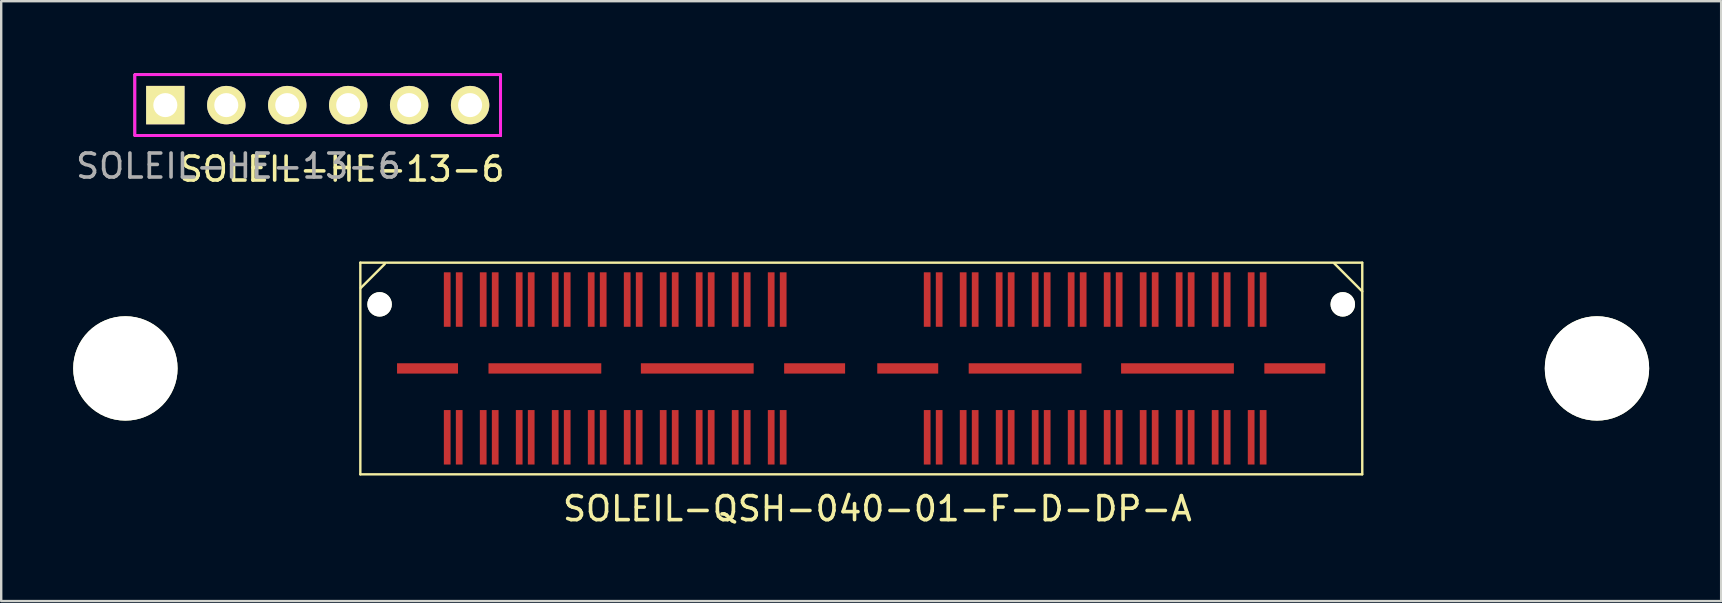
<source format=kicad_pcb>
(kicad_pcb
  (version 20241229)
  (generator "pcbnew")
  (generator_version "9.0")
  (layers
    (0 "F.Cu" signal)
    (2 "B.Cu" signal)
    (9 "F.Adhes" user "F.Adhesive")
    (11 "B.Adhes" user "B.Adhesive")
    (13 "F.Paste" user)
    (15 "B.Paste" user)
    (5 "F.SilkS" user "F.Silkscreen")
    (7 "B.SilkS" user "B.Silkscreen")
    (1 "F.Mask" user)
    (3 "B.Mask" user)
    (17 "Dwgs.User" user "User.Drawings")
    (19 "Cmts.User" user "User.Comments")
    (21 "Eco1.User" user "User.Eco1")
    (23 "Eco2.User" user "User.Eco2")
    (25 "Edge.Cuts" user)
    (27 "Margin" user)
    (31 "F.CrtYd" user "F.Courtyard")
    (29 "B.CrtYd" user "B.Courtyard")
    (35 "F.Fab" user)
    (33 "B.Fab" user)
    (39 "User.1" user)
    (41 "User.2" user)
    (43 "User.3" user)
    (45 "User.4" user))
  (footprint "SOLEIL-QSH-040-01-F-D-DP-A"
    (layer "F.Cu")
    (at 15.585 15.172)
    (property "Reference" "SOLEIL-QSH-040-01-F-D-DP-A" (at 17.925 2.975 0) (layer "F.SilkS") (effects (font (size 1 1) (thickness 0.15))))
    (attr through_hole)
    (fp_line (start -3.62 -7.277) (end 38.125 -7.277) (stroke (width 0.1) (type solid)) (layer "F.SilkS"))
    (fp_line (start -3.62 1.543) (end -3.62 -7.277) (stroke (width 0.1) (type solid)) (layer "F.SilkS"))
    (fp_line (start -3.62 1.543) (end 38.125 1.543) (stroke (width 0.1) (type solid)) (layer "F.SilkS"))
    (fp_line (start -3.6 -6.225) (end -2.6 -7.225) (stroke (width 0.1) (type solid)) (layer "F.SilkS"))
    (fp_line (start 36.96 -7.249) (end 38.128 -6.08) (stroke (width 0.1) (type solid)) (layer "F.SilkS"))
    (fp_line (start 38.13 1.543) (end 38.13 -7.277) (stroke (width 0.1) (type solid)) (layer "F.SilkS"))
    (pad "" np_thru_hole circle (at -13.41 -2.87) (size 4.35 4.35) (drill 4.35) (layers "*.Cu" "*.Mask" "F.SilkS"))
    (pad "" np_thru_hole circle (at -2.818 -5.54) (size 1.02 1.02) (drill 1.02) (layers "*.Cu" "*.Mask" "F.SilkS"))
    (pad "" np_thru_hole circle (at 37.318 -5.54) (size 1.02 1.02) (drill 1.02) (layers "*.Cu" "*.Mask" "F.SilkS"))
    (pad "" np_thru_hole circle (at 47.91 -2.87) (size 4.35 4.35) (drill 4.35) (layers "*.Cu" "*.Mask" "F.SilkS"))
    (pad "1" smd rect (at 0 0) (size 0.28 2.27) (layers "F.Cu" "F.Mask" "F.Paste"))
    (pad "2" smd rect (at 0 -5.74) (size 0.28 2.27) (layers "F.Cu" "F.Mask" "F.Paste"))
    (pad "3" smd rect (at 0.5 0) (size 0.28 2.27) (layers "F.Cu" "F.Mask" "F.Paste"))
    (pad "4" smd rect (at 0.5 -5.74) (size 0.28 2.27) (layers "F.Cu" "F.Mask" "F.Paste"))
    (pad "5" smd rect (at 1.5 0) (size 0.28 2.27) (layers "F.Cu" "F.Mask" "F.Paste"))
    (pad "6" smd rect (at 1.5 -5.74) (size 0.28 2.27) (layers "F.Cu" "F.Mask" "F.Paste"))
    (pad "7" smd rect (at 2 0) (size 0.28 2.27) (layers "F.Cu" "F.Mask" "F.Paste"))
    (pad "8" smd rect (at 2 -5.74) (size 0.28 2.27) (layers "F.Cu" "F.Mask" "F.Paste"))
    (pad "9" smd rect (at 3 0) (size 0.28 2.27) (layers "F.Cu" "F.Mask" "F.Paste"))
    (pad "10" smd rect (at 3 -5.74) (size 0.28 2.27) (layers "F.Cu" "F.Mask" "F.Paste"))
    (pad "11" smd rect (at 3.5 0) (size 0.28 2.27) (layers "F.Cu" "F.Mask" "F.Paste"))
    (pad "12" smd rect (at 3.5 -5.74) (size 0.28 2.27) (layers "F.Cu" "F.Mask" "F.Paste"))
    (pad "13" smd rect (at 4.5 0) (size 0.28 2.27) (layers "F.Cu" "F.Mask" "F.Paste"))
    (pad "14" smd rect (at 4.5 -5.74) (size 0.28 2.27) (layers "F.Cu" "F.Mask" "F.Paste"))
    (pad "15" smd rect (at 5 0) (size 0.28 2.27) (layers "F.Cu" "F.Mask" "F.Paste"))
    (pad "16" smd rect (at 5 -5.74) (size 0.28 2.27) (layers "F.Cu" "F.Mask" "F.Paste"))
    (pad "17" smd rect (at 6 0) (size 0.28 2.27) (layers "F.Cu" "F.Mask" "F.Paste"))
    (pad "18" smd rect (at 6 -5.74) (size 0.28 2.27) (layers "F.Cu" "F.Mask" "F.Paste"))
    (pad "19" smd rect (at 6.5 0) (size 0.28 2.27) (layers "F.Cu" "F.Mask" "F.Paste"))
    (pad "20" smd rect (at 6.5 -5.74) (size 0.28 2.27) (layers "F.Cu" "F.Mask" "F.Paste"))
    (pad "21" smd rect (at 7.5 0) (size 0.28 2.27) (layers "F.Cu" "F.Mask" "F.Paste"))
    (pad "22" smd rect (at 7.5 -5.74) (size 0.28 2.27) (layers "F.Cu" "F.Mask" "F.Paste"))
    (pad "23" smd rect (at 8 0) (size 0.28 2.27) (layers "F.Cu" "F.Mask" "F.Paste"))
    (pad "24" smd rect (at 8 -5.74) (size 0.28 2.27) (layers "F.Cu" "F.Mask" "F.Paste"))
    (pad "25" smd rect (at 9 0) (size 0.28 2.27) (layers "F.Cu" "F.Mask" "F.Paste"))
    (pad "26" smd rect (at 9 -5.74) (size 0.28 2.27) (layers "F.Cu" "F.Mask" "F.Paste"))
    (pad "27" smd rect (at 9.5 0) (size 0.28 2.27) (layers "F.Cu" "F.Mask" "F.Paste"))
    (pad "28" smd rect (at 9.5 -5.74) (size 0.28 2.27) (layers "F.Cu" "F.Mask" "F.Paste"))
    (pad "29" smd rect (at 10.5 0) (size 0.28 2.27) (layers "F.Cu" "F.Mask" "F.Paste"))
    (pad "30" smd rect (at 10.5 -5.74) (size 0.28 2.27) (layers "F.Cu" "F.Mask" "F.Paste"))
    (pad "31" smd rect (at 11 0) (size 0.28 2.27) (layers "F.Cu" "F.Mask" "F.Paste"))
    (pad "32" smd rect (at 11 -5.74) (size 0.28 2.27) (layers "F.Cu" "F.Mask" "F.Paste"))
    (pad "33" smd rect (at 12 0) (size 0.28 2.27) (layers "F.Cu" "F.Mask" "F.Paste"))
    (pad "34" smd rect (at 12 -5.74) (size 0.28 2.27) (layers "F.Cu" "F.Mask" "F.Paste"))
    (pad "35" smd rect (at 12.5 0) (size 0.28 2.27) (layers "F.Cu" "F.Mask" "F.Paste"))
    (pad "36" smd rect (at 12.5 -5.74) (size 0.28 2.27) (layers "F.Cu" "F.Mask" "F.Paste"))
    (pad "37" smd rect (at 13.5 0) (size 0.28 2.27) (layers "F.Cu" "F.Mask" "F.Paste"))
    (pad "38" smd rect (at 13.5 -5.74) (size 0.28 2.27) (layers "F.Cu" "F.Mask" "F.Paste"))
    (pad "39" smd rect (at 14 0) (size 0.28 2.27) (layers "F.Cu" "F.Mask" "F.Paste"))
    (pad "40" smd rect (at 14 -5.74) (size 0.28 2.27) (layers "F.Cu" "F.Mask" "F.Paste"))
    (pad "41" smd rect (at 20 0) (size 0.28 2.27) (layers "F.Cu" "F.Mask" "F.Paste"))
    (pad "42" smd rect (at 20 -5.74) (size 0.28 2.27) (layers "F.Cu" "F.Mask" "F.Paste"))
    (pad "43" smd rect (at 20.5 0) (size 0.28 2.27) (layers "F.Cu" "F.Mask" "F.Paste"))
    (pad "44" smd rect (at 20.5 -5.74) (size 0.28 2.27) (layers "F.Cu" "F.Mask" "F.Paste"))
    (pad "45" smd rect (at 21.5 0) (size 0.28 2.27) (layers "F.Cu" "F.Mask" "F.Paste"))
    (pad "46" smd rect (at 21.5 -5.74) (size 0.28 2.27) (layers "F.Cu" "F.Mask" "F.Paste"))
    (pad "47" smd rect (at 22 0) (size 0.28 2.27) (layers "F.Cu" "F.Mask" "F.Paste"))
    (pad "48" smd rect (at 22 -5.74) (size 0.28 2.27) (layers "F.Cu" "F.Mask" "F.Paste"))
    (pad "49" smd rect (at 23 0) (size 0.28 2.27) (layers "F.Cu" "F.Mask" "F.Paste"))
    (pad "50" smd rect (at 23 -5.74) (size 0.28 2.27) (layers "F.Cu" "F.Mask" "F.Paste"))
    (pad "51" smd rect (at 23.5 0) (size 0.28 2.27) (layers "F.Cu" "F.Mask" "F.Paste"))
    (pad "52" smd rect (at 23.5 -5.74) (size 0.28 2.27) (layers "F.Cu" "F.Mask" "F.Paste"))
    (pad "53" smd rect (at 24.5 0) (size 0.28 2.27) (layers "F.Cu" "F.Mask" "F.Paste"))
    (pad "54" smd rect (at 24.5 -5.74) (size 0.28 2.27) (layers "F.Cu" "F.Mask" "F.Paste"))
    (pad "55" smd rect (at 25 0) (size 0.28 2.27) (layers "F.Cu" "F.Mask" "F.Paste"))
    (pad "56" smd rect (at 25 -5.74) (size 0.28 2.27) (layers "F.Cu" "F.Mask" "F.Paste"))
    (pad "57" smd rect (at 26 0) (size 0.28 2.27) (layers "F.Cu" "F.Mask" "F.Paste"))
    (pad "58" smd rect (at 26 -5.74) (size 0.28 2.27) (layers "F.Cu" "F.Mask" "F.Paste"))
    (pad "59" smd rect (at 26.5 0) (size 0.28 2.27) (layers "F.Cu" "F.Mask" "F.Paste"))
    (pad "60" smd rect (at 26.5 -5.74) (size 0.28 2.27) (layers "F.Cu" "F.Mask" "F.Paste"))
    (pad "61" smd rect (at 27.5 0) (size 0.28 2.27) (layers "F.Cu" "F.Mask" "F.Paste"))
    (pad "62" smd rect (at 27.5 -5.74) (size 0.28 2.27) (layers "F.Cu" "F.Mask" "F.Paste"))
    (pad "63" smd rect (at 28 0) (size 0.28 2.27) (layers "F.Cu" "F.Mask" "F.Paste"))
    (pad "64" smd rect (at 28 -5.74) (size 0.28 2.27) (layers "F.Cu" "F.Mask" "F.Paste"))
    (pad "65" smd rect (at 29 0) (size 0.28 2.27) (layers "F.Cu" "F.Mask" "F.Paste"))
    (pad "66" smd rect (at 29 -5.74) (size 0.28 2.27) (layers "F.Cu" "F.Mask" "F.Paste"))
    (pad "67" smd rect (at 29.5 0) (size 0.28 2.27) (layers "F.Cu" "F.Mask" "F.Paste"))
    (pad "68" smd rect (at 29.5 -5.74) (size 0.28 2.27) (layers "F.Cu" "F.Mask" "F.Paste"))
    (pad "69" smd rect (at 30.5 0) (size 0.28 2.27) (layers "F.Cu" "F.Mask" "F.Paste"))
    (pad "70" smd rect (at 30.5 -5.74) (size 0.28 2.27) (layers "F.Cu" "F.Mask" "F.Paste"))
    (pad "71" smd rect (at 31 0) (size 0.28 2.27) (layers "F.Cu" "F.Mask" "F.Paste"))
    (pad "72" smd rect (at 31 -5.74) (size 0.28 2.27) (layers "F.Cu" "F.Mask" "F.Paste"))
    (pad "73" smd rect (at 32 0) (size 0.28 2.27) (layers "F.Cu" "F.Mask" "F.Paste"))
    (pad "74" smd rect (at 32 -5.74) (size 0.28 2.27) (layers "F.Cu" "F.Mask" "F.Paste"))
    (pad "75" smd rect (at 32.5 0) (size 0.28 2.27) (layers "F.Cu" "F.Mask" "F.Paste"))
    (pad "76" smd rect (at 32.5 -5.74) (size 0.28 2.27) (layers "F.Cu" "F.Mask" "F.Paste"))
    (pad "77" smd rect (at 33.5 0) (size 0.28 2.27) (layers "F.Cu" "F.Mask" "F.Paste"))
    (pad "78" smd rect (at 33.5 -5.74) (size 0.28 2.27) (layers "F.Cu" "F.Mask" "F.Paste"))
    (pad "79" smd rect (at 34 0) (size 0.28 2.27) (layers "F.Cu" "F.Mask" "F.Paste"))
    (pad "80" smd rect (at 34 -5.74) (size 0.28 2.27) (layers "F.Cu" "F.Mask" "F.Paste"))
    (pad "81" smd rect (at -0.82 -2.87) (size 2.54 0.43) (layers "F.Cu" "F.Mask" "F.Paste"))
    (pad "82" smd rect (at 4.07 -2.87) (size 4.7 0.43) (layers "F.Cu" "F.Mask" "F.Paste"))
    (pad "83" smd rect (at 10.42 -2.87) (size 4.7 0.43) (layers "F.Cu" "F.Mask" "F.Paste"))
    (pad "84" smd rect (at 15.31 -2.87) (size 2.54 0.43) (layers "F.Cu" "F.Mask" "F.Paste"))
    (pad "85" smd rect (at 19.19 -2.87) (size 2.54 0.43) (layers "F.Cu" "F.Mask" "F.Paste"))
    (pad "86" smd rect (at 24.08 -2.87) (size 4.7 0.43) (layers "F.Cu" "F.Mask" "F.Paste"))
    (pad "87" smd rect (at 30.43 -2.87) (size 4.7 0.43) (layers "F.Cu" "F.Mask" "F.Paste"))
    (pad "88" smd rect (at 35.32 -2.87) (size 2.54 0.43) (layers "F.Cu" "F.Mask" "F.Paste")))
  (footprint "SOLEIL-HE-13-6"
    (layer "F.Cu")
    (at 3.839 1.33)
    (property "Reference" "SOLEIL-HE-13-6" (at 7.366 2.667 0) (layer "F.SilkS") (effects (font (size 1 1) (thickness 0.15))))
    (attr through_hole)
    (fp_line (start -1.27 -1.27) (end 13.97 -1.27) (stroke (width 0.1) (type solid)) (layer "F.SilkS"))
    (fp_line (start -1.27 1.27) (end -1.27 -1.27) (stroke (width 0.1) (type solid)) (layer "F.SilkS"))
    (fp_line (start 13.97 -1.27) (end 13.97 1.27) (stroke (width 0.1) (type solid)) (layer "F.SilkS"))
    (fp_line (start 13.97 1.27) (end -1.27 1.27) (stroke (width 0.1) (type solid)) (layer "F.SilkS"))
    (fp_rect (start -1.27 -1.27) (end 13.97 1.27) (stroke (width 0.12) (type solid)) (fill no) (layer "F.CrtYd"))
    (fp_rect (start -1.27 -1.27) (end 13.97 1.27) (stroke (width 0.1) (type solid)) (fill no) (layer "F.Fab"))
    (fp_text user "${REFERENCE}" (at 3.048 2.54 0) (layer "F.Fab") (effects (font (size 1 1) (thickness 0.15))))
    (pad "1" thru_hole rect (at 0 0) (size 1.6 1.6) (drill 1.001) (layers "*.Cu" "*.Mask" "F.SilkS"))
    (pad "2" thru_hole circle (at 2.54 0) (size 1.6 1.6) (drill 1.001) (layers "*.Cu" "*.Mask" "F.SilkS"))
    (pad "3" thru_hole circle (at 5.08 0) (size 1.6 1.6) (drill 1.001) (layers "*.Cu" "*.Mask" "F.SilkS"))
    (pad "4" thru_hole circle (at 7.62 0) (size 1.6 1.6) (drill 1.001) (layers "*.Cu" "*.Mask" "F.SilkS"))
    (pad "5" thru_hole circle (at 10.16 0) (size 1.6 1.6) (drill 1.001) (layers "*.Cu" "*.Mask" "F.SilkS"))
    (pad "6" thru_hole circle (at 12.7 0) (size 1.6 1.6) (drill 1.001) (layers "*.Cu" "*.Mask" "F.SilkS")))
  (gr_rect
    (start -3 -3)
    (end 68.67 21.996)
    (stroke (width 0.1) (type default))
    (fill no)
    (layer "Edge.Cuts")))
</source>
